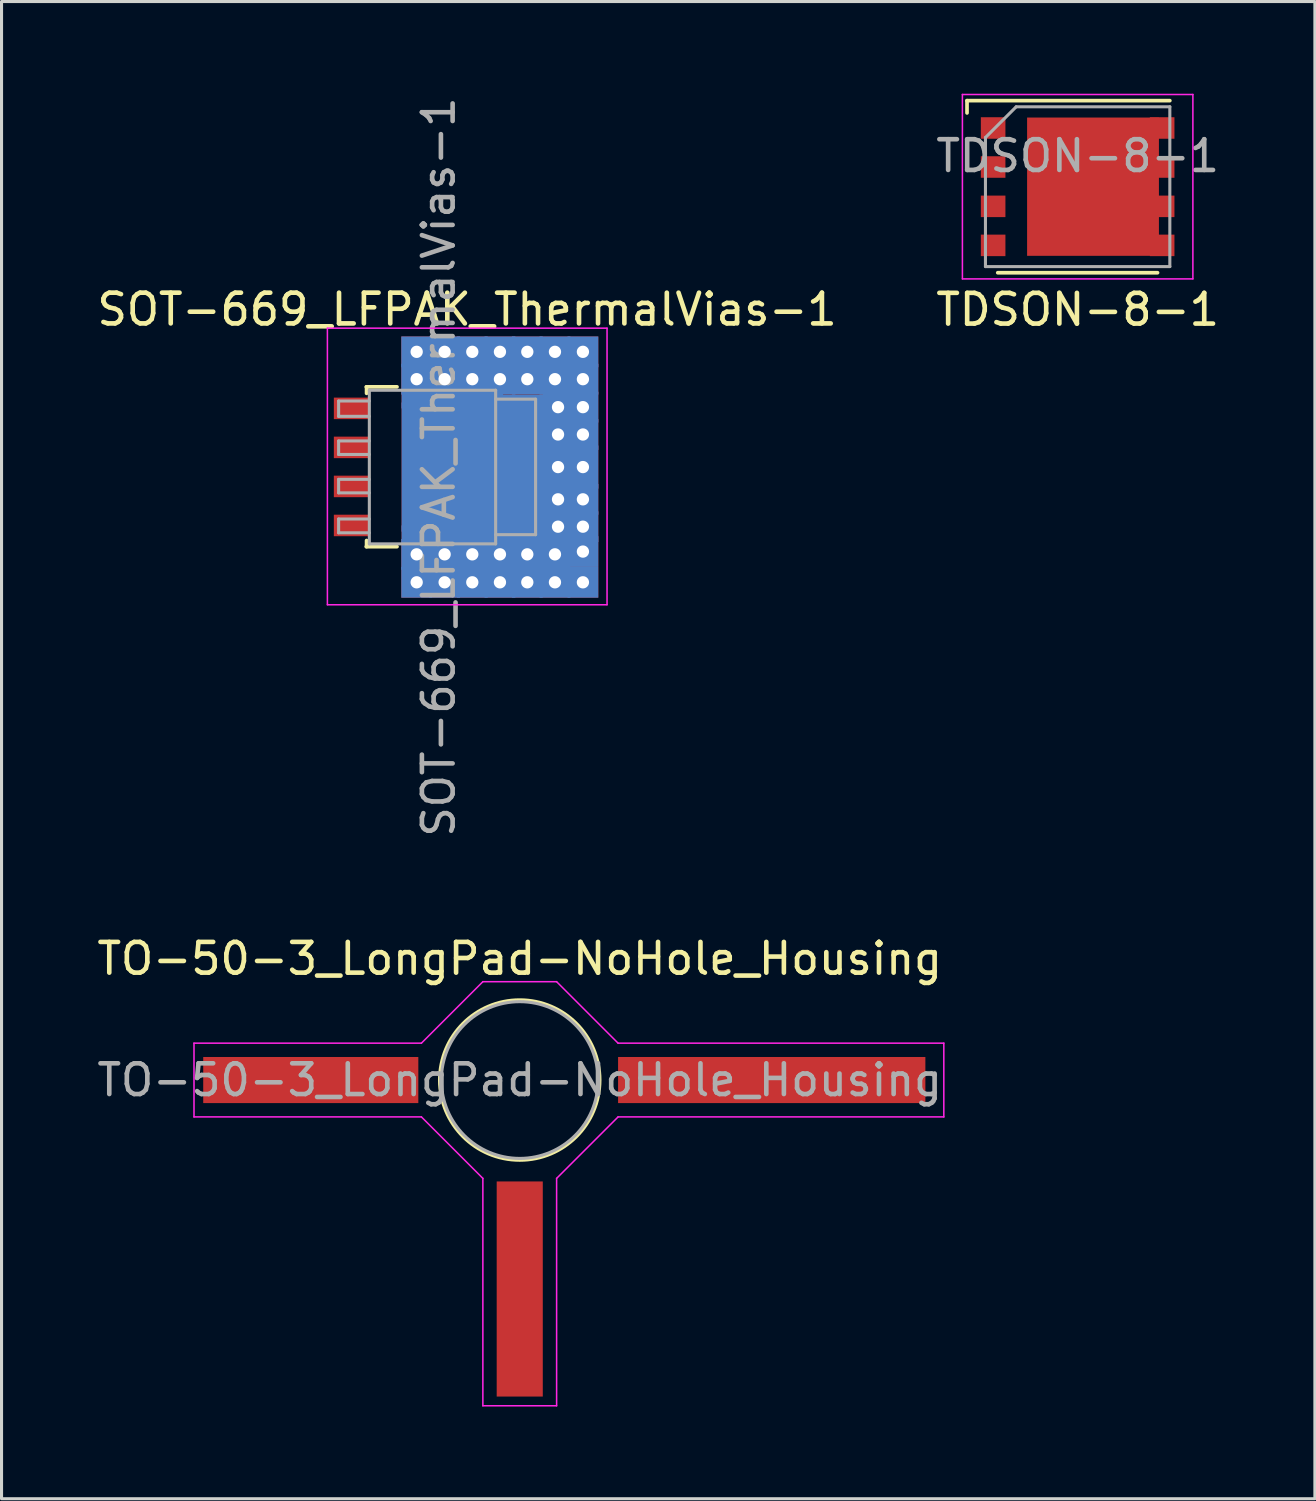
<source format=kicad_pcb>
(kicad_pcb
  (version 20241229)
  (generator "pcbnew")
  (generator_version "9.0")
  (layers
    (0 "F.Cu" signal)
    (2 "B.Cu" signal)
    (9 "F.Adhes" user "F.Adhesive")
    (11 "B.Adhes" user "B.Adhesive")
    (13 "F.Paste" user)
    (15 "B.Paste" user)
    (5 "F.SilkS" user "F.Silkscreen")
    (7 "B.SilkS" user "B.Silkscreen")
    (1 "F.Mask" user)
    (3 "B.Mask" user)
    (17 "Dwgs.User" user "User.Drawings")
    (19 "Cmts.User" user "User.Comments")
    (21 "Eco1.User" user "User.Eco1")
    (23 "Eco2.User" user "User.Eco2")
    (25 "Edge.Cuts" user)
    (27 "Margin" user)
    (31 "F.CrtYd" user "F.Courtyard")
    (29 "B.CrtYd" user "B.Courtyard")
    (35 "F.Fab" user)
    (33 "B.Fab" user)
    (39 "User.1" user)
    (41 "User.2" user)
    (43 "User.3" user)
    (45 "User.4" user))
  (footprint "SOT-669_LFPAK_ThermalVias-1"
    (layer "F.Cu")
    (at 11.224 12.149)
    (property "Reference" "SOT-669_LFPAK_ThermalVias-1" (at 0.925 -5.13 0) (layer "F.SilkS") (effects (font (size 1 1) (thickness 0.15))))
    (attr smd)
    (fp_line (start -2.355 -2.61) (end -1.355 -2.61) (stroke (width 0.12) (type solid)) (layer "F.SilkS"))
    (fp_line (start -2.355 2.59) (end -1.355 2.59) (stroke (width 0.12) (type solid)) (layer "F.SilkS"))
    (fp_line (start -2.345 -2.61) (end -2.345 -2.4) (stroke (width 0.12) (type solid)) (layer "F.SilkS"))
    (fp_line (start -2.345 2.39) (end -2.345 2.59) (stroke (width 0.12) (type solid)) (layer "F.SilkS"))
    (fp_line (start -3.62 4.48) (end -3.62 -4.52) (stroke (width 0.05) (type solid)) (layer "F.CrtYd"))
    (fp_line (start -3.62 4.48) (end 5.48 4.48) (stroke (width 0.05) (type solid)) (layer "F.CrtYd"))
    (fp_line (start 5.48 -4.52) (end -3.62 -4.52) (stroke (width 0.05) (type solid)) (layer "F.CrtYd"))
    (fp_line (start 5.48 -4.52) (end 5.48 4.48) (stroke (width 0.05) (type solid)) (layer "F.CrtYd"))
    (fp_line (start -3.255 -2.15) (end -3.255 -1.65) (stroke (width 0.1) (type solid)) (layer "F.Fab"))
    (fp_line (start -3.255 -2.15) (end -2.255 -2.15) (stroke (width 0.1) (type solid)) (layer "F.Fab"))
    (fp_line (start -3.255 -1.65) (end -2.255 -1.65) (stroke (width 0.1) (type solid)) (layer "F.Fab"))
    (fp_line (start -3.255 -0.85) (end -3.255 -0.41) (stroke (width 0.1) (type solid)) (layer "F.Fab"))
    (fp_line (start -3.255 -0.41) (end -2.255 -0.41) (stroke (width 0.1) (type solid)) (layer "F.Fab"))
    (fp_line (start -3.255 0.4) (end -3.255 0.84) (stroke (width 0.1) (type solid)) (layer "F.Fab"))
    (fp_line (start -3.255 0.84) (end -2.255 0.84) (stroke (width 0.1) (type solid)) (layer "F.Fab"))
    (fp_line (start -3.255 1.69) (end -3.255 2.14) (stroke (width 0.1) (type solid)) (layer "F.Fab"))
    (fp_line (start -3.255 2.14) (end -2.255 2.14) (stroke (width 0.1) (type solid)) (layer "F.Fab"))
    (fp_line (start -2.255 -2.5) (end -2.255 2.5) (stroke (width 0.1) (type solid)) (layer "F.Fab"))
    (fp_line (start -2.255 -0.85) (end -3.255 -0.85) (stroke (width 0.1) (type solid)) (layer "F.Fab"))
    (fp_line (start -2.255 0.4) (end -3.255 0.4) (stroke (width 0.1) (type solid)) (layer "F.Fab"))
    (fp_line (start -2.255 1.69) (end -3.255 1.69) (stroke (width 0.1) (type solid)) (layer "F.Fab"))
    (fp_line (start -2.255 2.5) (end 1.855 2.5) (stroke (width 0.1) (type solid)) (layer "F.Fab"))
    (fp_line (start 1.855 -2.5) (end -2.255 -2.5) (stroke (width 0.1) (type solid)) (layer "F.Fab"))
    (fp_line (start 1.855 2.5) (end 1.855 -2.5) (stroke (width 0.1) (type solid)) (layer "F.Fab"))
    (fp_line (start 3.155 -2.21) (end 1.855 -2.21) (stroke (width 0.1) (type solid)) (layer "F.Fab"))
    (fp_line (start 3.155 -2.21) (end 3.155 2.2) (stroke (width 0.1) (type solid)) (layer "F.Fab"))
    (fp_line (start 3.155 2.2) (end 1.855 2.2) (stroke (width 0.1) (type solid)) (layer "F.Fab"))
    (fp_text user "${REFERENCE}" (at 0 0 90) (layer "F.Fab") (effects (font (size 1 1) (thickness 0.15))))
    (pad "1" smd rect (at -2.835 -1.91 270) (size 0.7 1.15) (layers "F.Cu" "F.Mask" "F.Paste"))
    (pad "2" smd rect (at -2.835 -0.64 270) (size 0.7 1.15) (layers "F.Cu" "F.Mask" "F.Paste"))
    (pad "3" smd rect (at -2.835 0.63 270) (size 0.7 1.15) (layers "F.Cu" "F.Mask" "F.Paste"))
    (pad "4" smd rect (at -2.835 1.9 270) (size 0.7 1.15) (layers "F.Cu" "F.Mask" "F.Paste"))
    (pad "5" thru_hole rect (at -0.715 -3.75 270) (size 1 1) (drill 0.4) (layers "*.Cu" "*.Mask"))
    (pad "5" thru_hole rect (at -0.715 -2.86 270) (size 1 1) (drill 0.4) (layers "*.Cu" "*.Mask"))
    (pad "5" thru_hole rect (at -0.715 2.84 270) (size 1 1) (drill 0.4) (layers "*.Cu" "*.Mask"))
    (pad "5" thru_hole rect (at -0.715 3.75 270) (size 1 1) (drill 0.4) (layers "*.Cu" "*.Mask"))
    (pad "5" smd rect (at -0.655 -1.15) (size 0.6 0.9) (layers "F.Cu" "F.Mask" "F.Paste"))
    (pad "5" smd rect (at -0.655 0) (size 0.6 0.9) (layers "F.Cu" "F.Mask" "F.Paste"))
    (pad "5" smd rect (at -0.655 1.14) (size 0.6 0.9) (layers "F.Cu" "F.Mask" "F.Paste"))
    (pad "5" thru_hole rect (at 0.195 -3.75 270) (size 1 1) (drill 0.4) (layers "*.Cu" "*.Mask"))
    (pad "5" thru_hole rect (at 0.195 -2.86 270) (size 1 1) (drill 0.4) (layers "*.Cu" "*.Mask"))
    (pad "5" smd rect (at 0.195 -1.15) (size 0.6 0.9) (layers "F.Cu" "F.Mask" "F.Paste"))
    (pad "5" smd rect (at 0.195 0) (size 0.6 0.9) (layers "F.Cu" "F.Mask" "F.Paste"))
    (pad "5" smd rect (at 0.195 1.14) (size 0.6 0.9) (layers "F.Cu" "F.Mask" "F.Paste"))
    (pad "5" thru_hole rect (at 0.195 2.84 270) (size 1 1) (drill 0.4) (layers "*.Cu" "*.Mask"))
    (pad "5" thru_hole rect (at 0.195 3.75 270) (size 1 1) (drill 0.4) (layers "*.Cu" "*.Mask"))
    (pad "5" smd rect (at 0.445 -2.21 270) (size 0.6 3.3) (layers "F.Cu" "F.Mask" "F.Paste"))
    (pad "5" smd rect (at 0.445 -2.21 270) (size 0.6 3.3) (layers "B.Cu" "B.Mask" "B.Paste"))
    (pad "5" smd rect (at 0.445 0 270) (size 4.2 3.3) (layers "F.Cu" "F.Mask" "F.Paste"))
    (pad "5" smd rect (at 0.445 0 270) (size 4.2 3.3) (layers "B.Cu" "B.Mask" "B.Paste"))
    (pad "5" smd rect (at 0.445 2.2 270) (size 0.6 3.3) (layers "F.Cu" "F.Mask" "F.Paste"))
    (pad "5" smd rect (at 0.445 2.2 270) (size 0.6 3.3) (layers "B.Cu" "B.Mask" "B.Paste"))
    (pad "5" smd rect (at 1.045 -1.15) (size 0.6 0.9) (layers "F.Cu" "F.Mask" "F.Paste"))
    (pad "5" smd rect (at 1.045 0) (size 0.6 0.9) (layers "F.Cu" "F.Mask" "F.Paste"))
    (pad "5" smd rect (at 1.045 1.14) (size 0.6 0.9) (layers "F.Cu" "F.Mask" "F.Paste"))
    (pad "5" thru_hole rect (at 1.095 -3.75 270) (size 1 1) (drill 0.4) (layers "*.Cu" "*.Mask"))
    (pad "5" thru_hole rect (at 1.095 -2.86 270) (size 1 1) (drill 0.4) (layers "*.Cu" "*.Mask"))
    (pad "5" thru_hole rect (at 1.095 2.84 270) (size 1 1) (drill 0.4) (layers "*.Cu" "*.Mask"))
    (pad "5" thru_hole rect (at 1.095 3.75 270) (size 1 1) (drill 0.4) (layers "*.Cu" "*.Mask"))
    (pad "5" smd rect (at 1.745 -2.25 270) (size 0.5 0.5) (layers "F.Cu" "F.Mask" "F.Paste"))
    (pad "5" smd rect (at 1.745 2.25 270) (size 0.5 0.5) (layers "F.Cu" "F.Mask" "F.Paste"))
    (pad "5" thru_hole rect (at 1.995 -3.75 270) (size 1 1) (drill 0.4) (layers "*.Cu" "*.Mask"))
    (pad "5" thru_hole rect (at 1.995 -2.86 270) (size 1 1) (drill 0.4) (layers "*.Cu" "*.Mask"))
    (pad "5" thru_hole rect (at 1.995 2.84 270) (size 1 1) (drill 0.4) (layers "*.Cu" "*.Mask"))
    (pad "5" thru_hole rect (at 1.995 3.75 270) (size 1 1) (drill 0.4) (layers "*.Cu" "*.Mask"))
    (pad "5" smd rect (at 2.635 0 270) (size 4.7 1.55) (layers "F.Cu" "F.Mask" "F.Paste"))
    (pad "5" smd rect (at 2.635 0 270) (size 4.7 1.55) (layers "B.Cu" "B.Mask" "B.Paste"))
    (pad "5" thru_hole rect (at 2.885 -3.75 270) (size 1 1) (drill 0.4) (layers "*.Cu" "*.Mask"))
    (pad "5" thru_hole rect (at 2.885 -2.86 270) (size 1 1) (drill 0.4) (layers "*.Cu" "*.Mask"))
    (pad "5" smd rect (at 2.885 -1.88 270) (size 0.6 0.9) (layers "F.Cu" "F.Mask" "F.Paste"))
    (pad "5" smd rect (at 2.885 -0.6 270) (size 0.6 0.9) (layers "F.Cu" "F.Mask" "F.Paste"))
    (pad "5" smd rect (at 2.885 0.59 270) (size 0.6 0.9) (layers "F.Cu" "F.Mask" "F.Paste"))
    (pad "5" smd rect (at 2.885 1.87 270) (size 0.6 0.9) (layers "F.Cu" "F.Mask" "F.Paste"))
    (pad "5" thru_hole rect (at 2.885 2.84 270) (size 1 1) (drill 0.4) (layers "*.Cu" "*.Mask"))
    (pad "5" thru_hole rect (at 2.885 3.75 270) (size 1 1) (drill 0.4) (layers "*.Cu" "*.Mask"))
    (pad "5" thru_hole rect (at 3.785 -3.75 270) (size 1 1) (drill 0.4) (layers "*.Cu" "*.Mask"))
    (pad "5" thru_hole rect (at 3.785 -2.86 270) (size 1 1) (drill 0.4) (layers "*.Cu" "*.Mask"))
    (pad "5" thru_hole rect (at 3.785 2.84 270) (size 1 1) (drill 0.4) (layers "*.Cu" "*.Mask"))
    (pad "5" thru_hole rect (at 3.785 3.75 270) (size 1 1) (drill 0.4) (layers "*.Cu" "*.Mask"))
    (pad "5" thru_hole rect (at 3.885 -1.95 270) (size 1 1) (drill 0.4) (layers "*.Cu" "*.Mask"))
    (pad "5" thru_hole rect (at 3.885 -1.06 270) (size 1 1) (drill 0.4) (layers "*.Cu" "*.Mask"))
    (pad "5" thru_hole rect (at 3.885 0 270) (size 1.4 1) (drill 0.4) (layers "*.Cu" "*.Mask"))
    (pad "5" thru_hole rect (at 3.885 1.05 270) (size 1 1) (drill 0.4) (layers "*.Cu" "*.Mask"))
    (pad "5" thru_hole rect (at 3.885 1.94 270) (size 1 1) (drill 0.4) (layers "*.Cu" "*.Mask"))
    (pad "5" thru_hole rect (at 4.695 -3.75 270) (size 1 1) (drill 0.4) (layers "*.Cu" "*.Mask"))
    (pad "5" thru_hole rect (at 4.695 -2.86 270) (size 1 1) (drill 0.4) (layers "*.Cu" "*.Mask"))
    (pad "5" thru_hole rect (at 4.695 -1.95 270) (size 1 1) (drill 0.4) (layers "*.Cu" "*.Mask"))
    (pad "5" thru_hole rect (at 4.695 -1.06 270) (size 1 1) (drill 0.4) (layers "*.Cu" "*.Mask"))
    (pad "5" thru_hole rect (at 4.695 0 270) (size 1.4 1) (drill 0.4) (layers "*.Cu" "*.Mask"))
    (pad "5" thru_hole rect (at 4.695 1.05 270) (size 1 1) (drill 0.4) (layers "*.Cu" "*.Mask"))
    (pad "5" thru_hole rect (at 4.695 1.94 270) (size 1 1) (drill 0.4) (layers "*.Cu" "*.Mask"))
    (pad "5" thru_hole rect (at 4.695 2.75 270) (size 1 1) (drill 0.4) (layers "*.Cu" "*.Mask"))
    (pad "5" thru_hole rect (at 4.695 3.75 270) (size 1 1) (drill 0.4) (layers "*.Cu" "*.Mask")))
  (footprint "TDSON-8-1"
    (layer "F.Cu")
    (at 32.018 3.025)
    (property "Reference" "TDSON-8-1" (at 0 4 0) (layer "F.SilkS") (effects (font (size 1 1) (thickness 0.15))))
    (attr smd)
    (fp_line (start -3.6 -2.8) (end -3.6 -2.4) (stroke (width 0.12) (type solid)) (layer "F.SilkS"))
    (fp_line (start 2.6 2.8) (end -2.6 2.8) (stroke (width 0.12) (type solid)) (layer "F.SilkS"))
    (fp_line (start 3 -2.8) (end -3.6 -2.8) (stroke (width 0.12) (type solid)) (layer "F.SilkS"))
    (fp_line (start -3.75 -3) (end -3.75 3) (stroke (width 0.05) (type solid)) (layer "F.CrtYd"))
    (fp_line (start -3.75 3) (end 3.75 3) (stroke (width 0.05) (type solid)) (layer "F.CrtYd"))
    (fp_line (start 3.75 -3) (end -3.75 -3) (stroke (width 0.05) (type solid)) (layer "F.CrtYd"))
    (fp_line (start 3.75 3) (end 3.75 -3) (stroke (width 0.05) (type solid)) (layer "F.CrtYd"))
    (fp_line (start -3 2.6) (end -3 -1.6) (stroke (width 0.1) (type solid)) (layer "F.Fab"))
    (fp_line (start -2 -2.6) (end -3 -1.6) (stroke (width 0.1) (type solid)) (layer "F.Fab"))
    (fp_line (start -2 -2.6) (end 3 -2.6) (stroke (width 0.1) (type solid)) (layer "F.Fab"))
    (fp_line (start 3 -2.6) (end 3 2.6) (stroke (width 0.1) (type solid)) (layer "F.Fab"))
    (fp_line (start 3 2.6) (end -3 2.6) (stroke (width 0.1) (type solid)) (layer "F.Fab"))
    (fp_text user "${REFERENCE}" (at 0 -1 0) (layer "F.Fab") (effects (font (size 1 1) (thickness 0.15))))
    (pad "1" smd rect (at -2.75 -1.91 270) (size 0.7 0.8) (layers "F.Cu" "F.Mask" "F.Paste"))
    (pad "2" smd rect (at -2.75 -0.64 270) (size 0.7 0.8) (layers "F.Cu" "F.Mask" "F.Paste"))
    (pad "3" smd rect (at -2.75 0.64 270) (size 0.7 0.8) (layers "F.Cu" "F.Mask" "F.Paste"))
    (pad "4" smd rect (at -2.75 1.91 270) (size 0.7 0.8) (layers "F.Cu" "F.Mask" "F.Paste"))
    (pad "5" smd rect (at -0.75 -1.09 270) (size 1.55 1.2) (layers "F.Cu" "F.Mask" "F.Paste"))
    (pad "5" smd rect (at -0.75 1.09 270) (size 1.55 1.2) (layers "F.Cu" "F.Mask" "F.Paste"))
    (pad "5" smd rect (at 0.5 0 270) (size 4.5 4.29) (layers "F.Cu" "F.Mask" "F.Paste"))
    (pad "5" smd rect (at 1.25 -1.09 270) (size 1.55 1.6) (layers "F.Cu" "F.Mask" "F.Paste"))
    (pad "5" smd rect (at 1.25 1.09 270) (size 1.55 1.6) (layers "F.Cu" "F.Mask" "F.Paste"))
    (pad "5" smd rect (at 2.75 -1.91 270) (size 0.7 0.8) (layers "F.Cu" "F.Mask" "F.Paste"))
    (pad "5" smd rect (at 2.75 -0.64 270) (size 0.7 0.8) (layers "F.Cu" "F.Mask" "F.Paste"))
    (pad "5" smd rect (at 2.75 0.64 270) (size 0.7 0.8) (layers "F.Cu" "F.Mask" "F.Paste"))
    (pad "5" smd rect (at 2.75 1.91 270) (size 0.7 0.8) (layers "F.Cu" "F.Mask" "F.Paste")))
  (footprint "TO-50-3_LongPad-NoHole_Housing"
    (layer "F.Cu")
    (at 14.563 35.496)
    (property "Reference" "TO-50-3_LongPad-NoHole_Housing" (at -0.7 -7.35 180) (layer "F.SilkS") (effects (font (size 1 1) (thickness 0.15))))
    (attr smd)
    (fp_circle (center -0.7 -3.4) (end -0.7 -6) (stroke (width 0.12) (type solid)) (fill no) (layer "F.SilkS"))
    (fp_line (start -11.3 -4.6) (end -3.9 -4.6) (stroke (width 0.05) (type solid)) (layer "F.CrtYd"))
    (fp_line (start -11.3 -2.2) (end -11.3 -4.6) (stroke (width 0.05) (type solid)) (layer "F.CrtYd"))
    (fp_line (start -3.9 -4.6) (end -1.9 -6.6) (stroke (width 0.05) (type solid)) (layer "F.CrtYd"))
    (fp_line (start -3.9 -2.2) (end -11.3 -2.2) (stroke (width 0.05) (type solid)) (layer "F.CrtYd"))
    (fp_line (start -1.9 -6.6) (end 0.5 -6.6) (stroke (width 0.05) (type solid)) (layer "F.CrtYd"))
    (fp_line (start -1.9 -0.2) (end -3.9 -2.2) (stroke (width 0.05) (type solid)) (layer "F.CrtYd"))
    (fp_line (start -1.9 7.2) (end -1.9 -0.2) (stroke (width 0.05) (type solid)) (layer "F.CrtYd"))
    (fp_line (start 0.5 -6.6) (end 2.5 -4.6) (stroke (width 0.05) (type solid)) (layer "F.CrtYd"))
    (fp_line (start 0.5 -0.2) (end 0.5 7.2) (stroke (width 0.05) (type solid)) (layer "F.CrtYd"))
    (fp_line (start 0.5 7.2) (end -1.9 7.2) (stroke (width 0.05) (type solid)) (layer "F.CrtYd"))
    (fp_line (start 2.5 -4.6) (end 13.1 -4.6) (stroke (width 0.05) (type solid)) (layer "F.CrtYd"))
    (fp_line (start 2.5 -2.2) (end 0.5 -0.2) (stroke (width 0.05) (type solid)) (layer "F.CrtYd"))
    (fp_line (start 13.1 -4.6) (end 13.1 -2.2) (stroke (width 0.05) (type solid)) (layer "F.CrtYd"))
    (fp_line (start 13.1 -2.2) (end 2.5 -2.2) (stroke (width 0.05) (type solid)) (layer "F.CrtYd"))
    (fp_circle (center -0.7 -3.4) (end -0.65 -5.95) (stroke (width 0.1) (type solid)) (fill no) (layer "F.Fab"))
    (fp_text user "${REFERENCE}" (at -0.7 -3.4 0) (layer "F.Fab") (effects (font (size 1 1) (thickness 0.15))))
    (pad "1" smd rect (at -7.5 -3.4 90) (size 1.5 7) (layers "F.Cu" "F.Mask" "F.Paste"))
    (pad "2" smd rect (at -0.7 3.4 90) (size 7 1.5) (layers "F.Cu" "F.Mask" "F.Paste"))
    (pad "3" smd rect (at 7.5 -3.4 90) (size 1.5 10) (layers "F.Cu" "F.Mask" "F.Paste")))
  (gr_rect
    (start -3 -3)
    (end 39.738 45.721)
    (stroke (width 0.1) (type default))
    (fill no)
    (layer "Edge.Cuts")))
</source>
